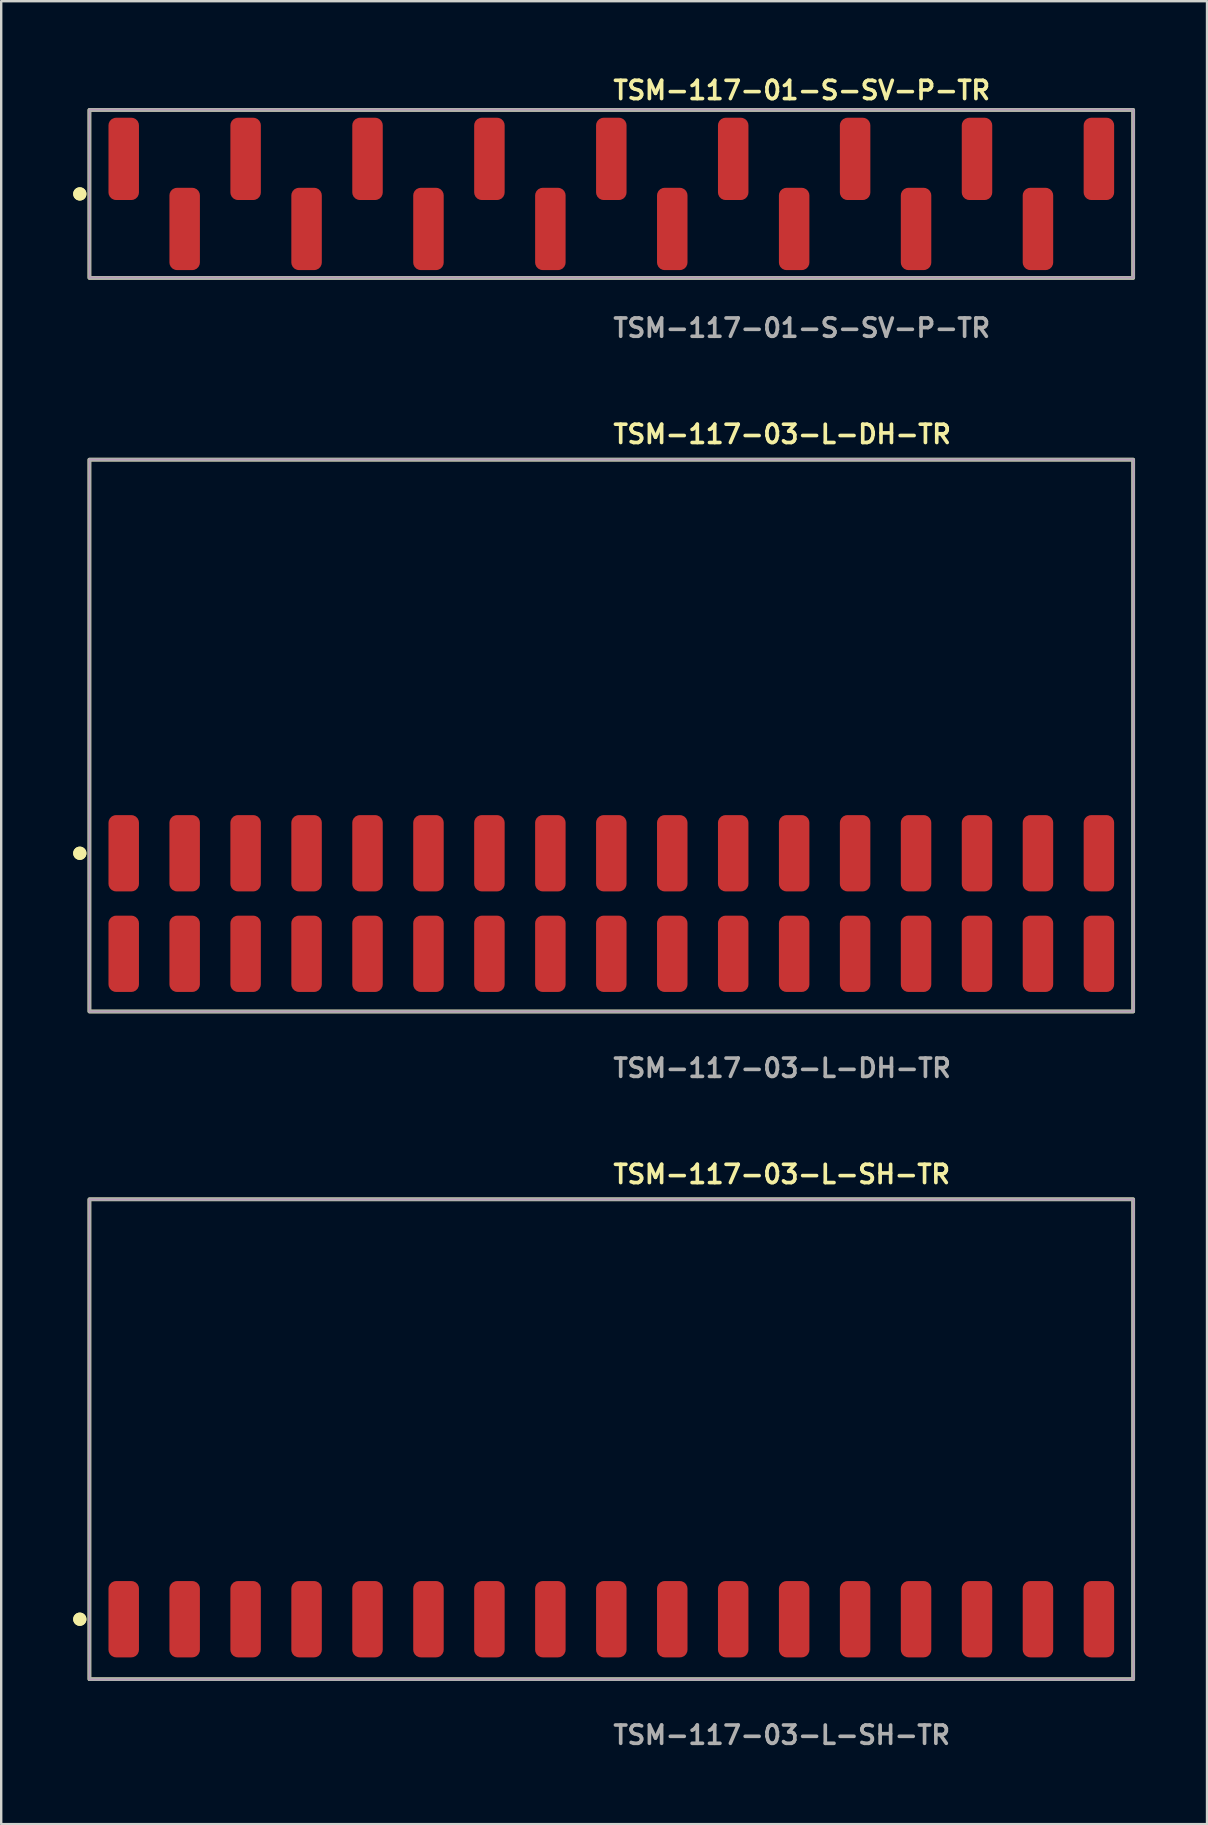
<source format=kicad_pcb>
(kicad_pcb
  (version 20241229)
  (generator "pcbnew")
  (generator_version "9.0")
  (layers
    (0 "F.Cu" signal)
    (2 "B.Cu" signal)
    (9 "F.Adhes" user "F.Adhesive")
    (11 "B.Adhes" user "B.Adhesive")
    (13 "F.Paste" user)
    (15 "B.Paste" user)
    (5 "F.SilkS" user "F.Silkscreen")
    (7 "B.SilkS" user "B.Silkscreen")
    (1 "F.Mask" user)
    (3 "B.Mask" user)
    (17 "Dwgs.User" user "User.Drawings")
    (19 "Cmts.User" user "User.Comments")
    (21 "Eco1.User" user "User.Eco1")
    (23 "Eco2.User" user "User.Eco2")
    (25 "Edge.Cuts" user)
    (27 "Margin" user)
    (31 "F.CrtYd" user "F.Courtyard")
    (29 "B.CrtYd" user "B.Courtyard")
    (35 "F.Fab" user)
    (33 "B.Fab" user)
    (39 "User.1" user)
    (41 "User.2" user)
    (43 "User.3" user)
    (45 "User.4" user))
  (footprint "TSM-117-01-S-SV-P-TR"
    (layer "F.Cu")
    (at 22.426 5.031)
    (property "Reference" "TSM-117-01-S-SV-P-TR" (at 0 -4.318 0) (unlocked yes) (layer "F.SilkS") (effects (font (size 0.762 0.762) (thickness 0.152)) (justify left)))
    (fp_rect (start -21.75 3.5) (end 21.75 -3.5) (stroke (width 0.152) (type solid)) (fill no) (layer "F.SilkS"))
    (fp_circle (center -22.15 0) (end -22.35 0) (stroke (width 0.152) (type solid)) (fill yes) (layer "F.SilkS"))
    (fp_circle (center -22.15 0) (end -22.35 0) (stroke (width 0.152) (type solid)) (fill yes) (layer "F.SilkS"))
    (fp_rect (start -21.75 3.5) (end 21.75 -3.5) (stroke (width 0.006) (type solid)) (fill no) (layer "F.CrtYd"))
    (fp_rect (start -21.75 3.5) (end 21.75 -3.5) (stroke (width 0.152) (type solid)) (fill no) (layer "F.Fab"))
    (fp_text user "${REFERENCE}" (at 0 5.588 0) (unlocked yes) (layer "F.Fab") (effects (font (size 0.762 0.762) (thickness 0.152)) (justify left)))
    (pad "1" smd roundrect (at -20.32 -1.46) (size 1.27 3.43) (layers "F.Cu" "F.Paste") (roundrect_rratio 0.25))
    (pad "2" smd roundrect (at -17.78 1.46) (size 1.27 3.43) (layers "F.Cu" "F.Paste") (roundrect_rratio 0.25))
    (pad "3" smd roundrect (at -15.24 -1.46) (size 1.27 3.43) (layers "F.Cu" "F.Paste") (roundrect_rratio 0.25))
    (pad "4" smd roundrect (at -12.7 1.46) (size 1.27 3.43) (layers "F.Cu" "F.Paste") (roundrect_rratio 0.25))
    (pad "5" smd roundrect (at -10.16 -1.46) (size 1.27 3.43) (layers "F.Cu" "F.Paste") (roundrect_rratio 0.25))
    (pad "6" smd roundrect (at -7.62 1.46) (size 1.27 3.43) (layers "F.Cu" "F.Paste") (roundrect_rratio 0.25))
    (pad "7" smd roundrect (at -5.08 -1.46) (size 1.27 3.43) (layers "F.Cu" "F.Paste") (roundrect_rratio 0.25))
    (pad "8" smd roundrect (at -2.54 1.46) (size 1.27 3.43) (layers "F.Cu" "F.Paste") (roundrect_rratio 0.25))
    (pad "9" smd roundrect (at 0 -1.46) (size 1.27 3.43) (layers "F.Cu" "F.Paste") (roundrect_rratio 0.25))
    (pad "10" smd roundrect (at 2.54 1.46) (size 1.27 3.43) (layers "F.Cu" "F.Paste") (roundrect_rratio 0.25))
    (pad "11" smd roundrect (at 5.08 -1.46) (size 1.27 3.43) (layers "F.Cu" "F.Paste") (roundrect_rratio 0.25))
    (pad "12" smd roundrect (at 7.62 1.46) (size 1.27 3.43) (layers "F.Cu" "F.Paste") (roundrect_rratio 0.25))
    (pad "13" smd roundrect (at 10.16 -1.46) (size 1.27 3.43) (layers "F.Cu" "F.Paste") (roundrect_rratio 0.25))
    (pad "14" smd roundrect (at 12.7 1.46) (size 1.27 3.43) (layers "F.Cu" "F.Paste") (roundrect_rratio 0.25))
    (pad "15" smd roundrect (at 15.24 -1.46) (size 1.27 3.43) (layers "F.Cu" "F.Paste") (roundrect_rratio 0.25))
    (pad "16" smd roundrect (at 17.78 1.46) (size 1.27 3.43) (layers "F.Cu" "F.Paste") (roundrect_rratio 0.25))
    (pad "17" smd roundrect (at 20.32 -1.46) (size 1.27 3.43) (layers "F.Cu" "F.Paste") (roundrect_rratio 0.25)))
  (footprint "TSM-117-03-L-DH-TR"
    (layer "F.Cu")
    (at 22.426 34.604)
    (property "Reference" "TSM-117-03-L-DH-TR" (at 0 -19.558 0) (unlocked yes) (layer "F.SilkS") (effects (font (size 0.762 0.762) (thickness 0.152)) (justify left)))
    (fp_rect (start -21.75 4.5) (end 21.75 -18.5) (stroke (width 0.152) (type solid)) (fill no) (layer "F.SilkS"))
    (fp_circle (center -22.15 -2.095) (end -22.35 -2.095) (stroke (width 0.152) (type solid)) (fill yes) (layer "F.SilkS"))
    (fp_circle (center -22.15 -2.095) (end -22.35 -2.095) (stroke (width 0.152) (type solid)) (fill yes) (layer "F.SilkS"))
    (fp_rect (start -21.75 4.5) (end 21.75 -18.5) (stroke (width 0.006) (type solid)) (fill no) (layer "F.CrtYd"))
    (fp_rect (start -21.75 4.5) (end 21.75 -18.5) (stroke (width 0.152) (type solid)) (fill no) (layer "F.Fab"))
    (fp_text user "${REFERENCE}" (at 0 6.858 0) (unlocked yes) (layer "F.Fab") (effects (font (size 0.762 0.762) (thickness 0.152)) (justify left)))
    (pad "1" smd roundrect (at -20.32 2.095) (size 1.27 3.18) (layers "F.Cu" "F.Paste") (roundrect_rratio 0.25))
    (pad "2" smd roundrect (at -20.32 -2.095) (size 1.27 3.18) (layers "F.Cu" "F.Paste") (roundrect_rratio 0.25))
    (pad "3" smd roundrect (at -17.78 2.095) (size 1.27 3.18) (layers "F.Cu" "F.Paste") (roundrect_rratio 0.25))
    (pad "4" smd roundrect (at -17.78 -2.095) (size 1.27 3.18) (layers "F.Cu" "F.Paste") (roundrect_rratio 0.25))
    (pad "5" smd roundrect (at -15.24 2.095) (size 1.27 3.18) (layers "F.Cu" "F.Paste") (roundrect_rratio 0.25))
    (pad "6" smd roundrect (at -15.24 -2.095) (size 1.27 3.18) (layers "F.Cu" "F.Paste") (roundrect_rratio 0.25))
    (pad "7" smd roundrect (at -12.7 2.095) (size 1.27 3.18) (layers "F.Cu" "F.Paste") (roundrect_rratio 0.25))
    (pad "8" smd roundrect (at -12.7 -2.095) (size 1.27 3.18) (layers "F.Cu" "F.Paste") (roundrect_rratio 0.25))
    (pad "9" smd roundrect (at -10.16 2.095) (size 1.27 3.18) (layers "F.Cu" "F.Paste") (roundrect_rratio 0.25))
    (pad "10" smd roundrect (at -10.16 -2.095) (size 1.27 3.18) (layers "F.Cu" "F.Paste") (roundrect_rratio 0.25))
    (pad "11" smd roundrect (at -7.62 2.095) (size 1.27 3.18) (layers "F.Cu" "F.Paste") (roundrect_rratio 0.25))
    (pad "12" smd roundrect (at -7.62 -2.095) (size 1.27 3.18) (layers "F.Cu" "F.Paste") (roundrect_rratio 0.25))
    (pad "13" smd roundrect (at -5.08 2.095) (size 1.27 3.18) (layers "F.Cu" "F.Paste") (roundrect_rratio 0.25))
    (pad "14" smd roundrect (at -5.08 -2.095) (size 1.27 3.18) (layers "F.Cu" "F.Paste") (roundrect_rratio 0.25))
    (pad "15" smd roundrect (at -2.54 2.095) (size 1.27 3.18) (layers "F.Cu" "F.Paste") (roundrect_rratio 0.25))
    (pad "16" smd roundrect (at -2.54 -2.095) (size 1.27 3.18) (layers "F.Cu" "F.Paste") (roundrect_rratio 0.25))
    (pad "17" smd roundrect (at 0 2.095) (size 1.27 3.18) (layers "F.Cu" "F.Paste") (roundrect_rratio 0.25))
    (pad "18" smd roundrect (at 0 -2.095) (size 1.27 3.18) (layers "F.Cu" "F.Paste") (roundrect_rratio 0.25))
    (pad "19" smd roundrect (at 2.54 2.095) (size 1.27 3.18) (layers "F.Cu" "F.Paste") (roundrect_rratio 0.25))
    (pad "20" smd roundrect (at 2.54 -2.095) (size 1.27 3.18) (layers "F.Cu" "F.Paste") (roundrect_rratio 0.25))
    (pad "21" smd roundrect (at 5.08 2.095) (size 1.27 3.18) (layers "F.Cu" "F.Paste") (roundrect_rratio 0.25))
    (pad "22" smd roundrect (at 5.08 -2.095) (size 1.27 3.18) (layers "F.Cu" "F.Paste") (roundrect_rratio 0.25))
    (pad "23" smd roundrect (at 7.62 2.095) (size 1.27 3.18) (layers "F.Cu" "F.Paste") (roundrect_rratio 0.25))
    (pad "24" smd roundrect (at 7.62 -2.095) (size 1.27 3.18) (layers "F.Cu" "F.Paste") (roundrect_rratio 0.25))
    (pad "25" smd roundrect (at 10.16 2.095) (size 1.27 3.18) (layers "F.Cu" "F.Paste") (roundrect_rratio 0.25))
    (pad "26" smd roundrect (at 10.16 -2.095) (size 1.27 3.18) (layers "F.Cu" "F.Paste") (roundrect_rratio 0.25))
    (pad "27" smd roundrect (at 12.7 2.095) (size 1.27 3.18) (layers "F.Cu" "F.Paste") (roundrect_rratio 0.25))
    (pad "28" smd roundrect (at 12.7 -2.095) (size 1.27 3.18) (layers "F.Cu" "F.Paste") (roundrect_rratio 0.25))
    (pad "29" smd roundrect (at 15.24 2.095) (size 1.27 3.18) (layers "F.Cu" "F.Paste") (roundrect_rratio 0.25))
    (pad "30" smd roundrect (at 15.24 -2.095) (size 1.27 3.18) (layers "F.Cu" "F.Paste") (roundrect_rratio 0.25))
    (pad "31" smd roundrect (at 17.78 2.095) (size 1.27 3.18) (layers "F.Cu" "F.Paste") (roundrect_rratio 0.25))
    (pad "32" smd roundrect (at 17.78 -2.095) (size 1.27 3.18) (layers "F.Cu" "F.Paste") (roundrect_rratio 0.25))
    (pad "33" smd roundrect (at 20.32 2.095) (size 1.27 3.18) (layers "F.Cu" "F.Paste") (roundrect_rratio 0.25))
    (pad "34" smd roundrect (at 20.32 -2.095) (size 1.27 3.18) (layers "F.Cu" "F.Paste") (roundrect_rratio 0.25)))
  (footprint "TSM-117-03-L-SH-TR"
    (layer "F.Cu")
    (at 22.426 64.43)
    (property "Reference" "TSM-117-03-L-SH-TR" (at 0 -18.542 0) (unlocked yes) (layer "F.SilkS") (effects (font (size 0.762 0.762) (thickness 0.152)) (justify left)))
    (fp_rect (start -21.75 2.5) (end 21.75 -17.5) (stroke (width 0.152) (type solid)) (fill no) (layer "F.SilkS"))
    (fp_circle (center -22.15 0) (end -22.35 0) (stroke (width 0.152) (type solid)) (fill yes) (layer "F.SilkS"))
    (fp_circle (center -22.15 0) (end -22.35 0) (stroke (width 0.152) (type solid)) (fill yes) (layer "F.SilkS"))
    (fp_rect (start -21.75 2.5) (end 21.75 -17.5) (stroke (width 0.006) (type solid)) (fill no) (layer "F.CrtYd"))
    (fp_rect (start -21.75 2.5) (end 21.75 -17.5) (stroke (width 0.152) (type solid)) (fill no) (layer "F.Fab"))
    (fp_text user "${REFERENCE}" (at 0 4.826 0) (unlocked yes) (layer "F.Fab") (effects (font (size 0.762 0.762) (thickness 0.152)) (justify left)))
    (pad "1" smd roundrect (at -20.32 0) (size 1.27 3.18) (layers "F.Cu" "F.Paste") (roundrect_rratio 0.25))
    (pad "2" smd roundrect (at -17.78 0) (size 1.27 3.18) (layers "F.Cu" "F.Paste") (roundrect_rratio 0.25))
    (pad "3" smd roundrect (at -15.24 0) (size 1.27 3.18) (layers "F.Cu" "F.Paste") (roundrect_rratio 0.25))
    (pad "4" smd roundrect (at -12.7 0) (size 1.27 3.18) (layers "F.Cu" "F.Paste") (roundrect_rratio 0.25))
    (pad "5" smd roundrect (at -10.16 0) (size 1.27 3.18) (layers "F.Cu" "F.Paste") (roundrect_rratio 0.25))
    (pad "6" smd roundrect (at -7.62 0) (size 1.27 3.18) (layers "F.Cu" "F.Paste") (roundrect_rratio 0.25))
    (pad "7" smd roundrect (at -5.08 0) (size 1.27 3.18) (layers "F.Cu" "F.Paste") (roundrect_rratio 0.25))
    (pad "8" smd roundrect (at -2.54 0) (size 1.27 3.18) (layers "F.Cu" "F.Paste") (roundrect_rratio 0.25))
    (pad "9" smd roundrect (at 0 0) (size 1.27 3.18) (layers "F.Cu" "F.Paste") (roundrect_rratio 0.25))
    (pad "10" smd roundrect (at 2.54 0) (size 1.27 3.18) (layers "F.Cu" "F.Paste") (roundrect_rratio 0.25))
    (pad "11" smd roundrect (at 5.08 0) (size 1.27 3.18) (layers "F.Cu" "F.Paste") (roundrect_rratio 0.25))
    (pad "12" smd roundrect (at 7.62 0) (size 1.27 3.18) (layers "F.Cu" "F.Paste") (roundrect_rratio 0.25))
    (pad "13" smd roundrect (at 10.16 0) (size 1.27 3.18) (layers "F.Cu" "F.Paste") (roundrect_rratio 0.25))
    (pad "14" smd roundrect (at 12.7 0) (size 1.27 3.18) (layers "F.Cu" "F.Paste") (roundrect_rratio 0.25))
    (pad "15" smd roundrect (at 15.24 0) (size 1.27 3.18) (layers "F.Cu" "F.Paste") (roundrect_rratio 0.25))
    (pad "16" smd roundrect (at 17.78 0) (size 1.27 3.18) (layers "F.Cu" "F.Paste") (roundrect_rratio 0.25))
    (pad "17" smd roundrect (at 20.32 0) (size 1.27 3.18) (layers "F.Cu" "F.Paste") (roundrect_rratio 0.25)))
  (gr_rect
    (start -3 -3)
    (end 47.252 72.969)
    (stroke (width 0.1) (type default))
    (fill no)
    (layer "Edge.Cuts")))
</source>
